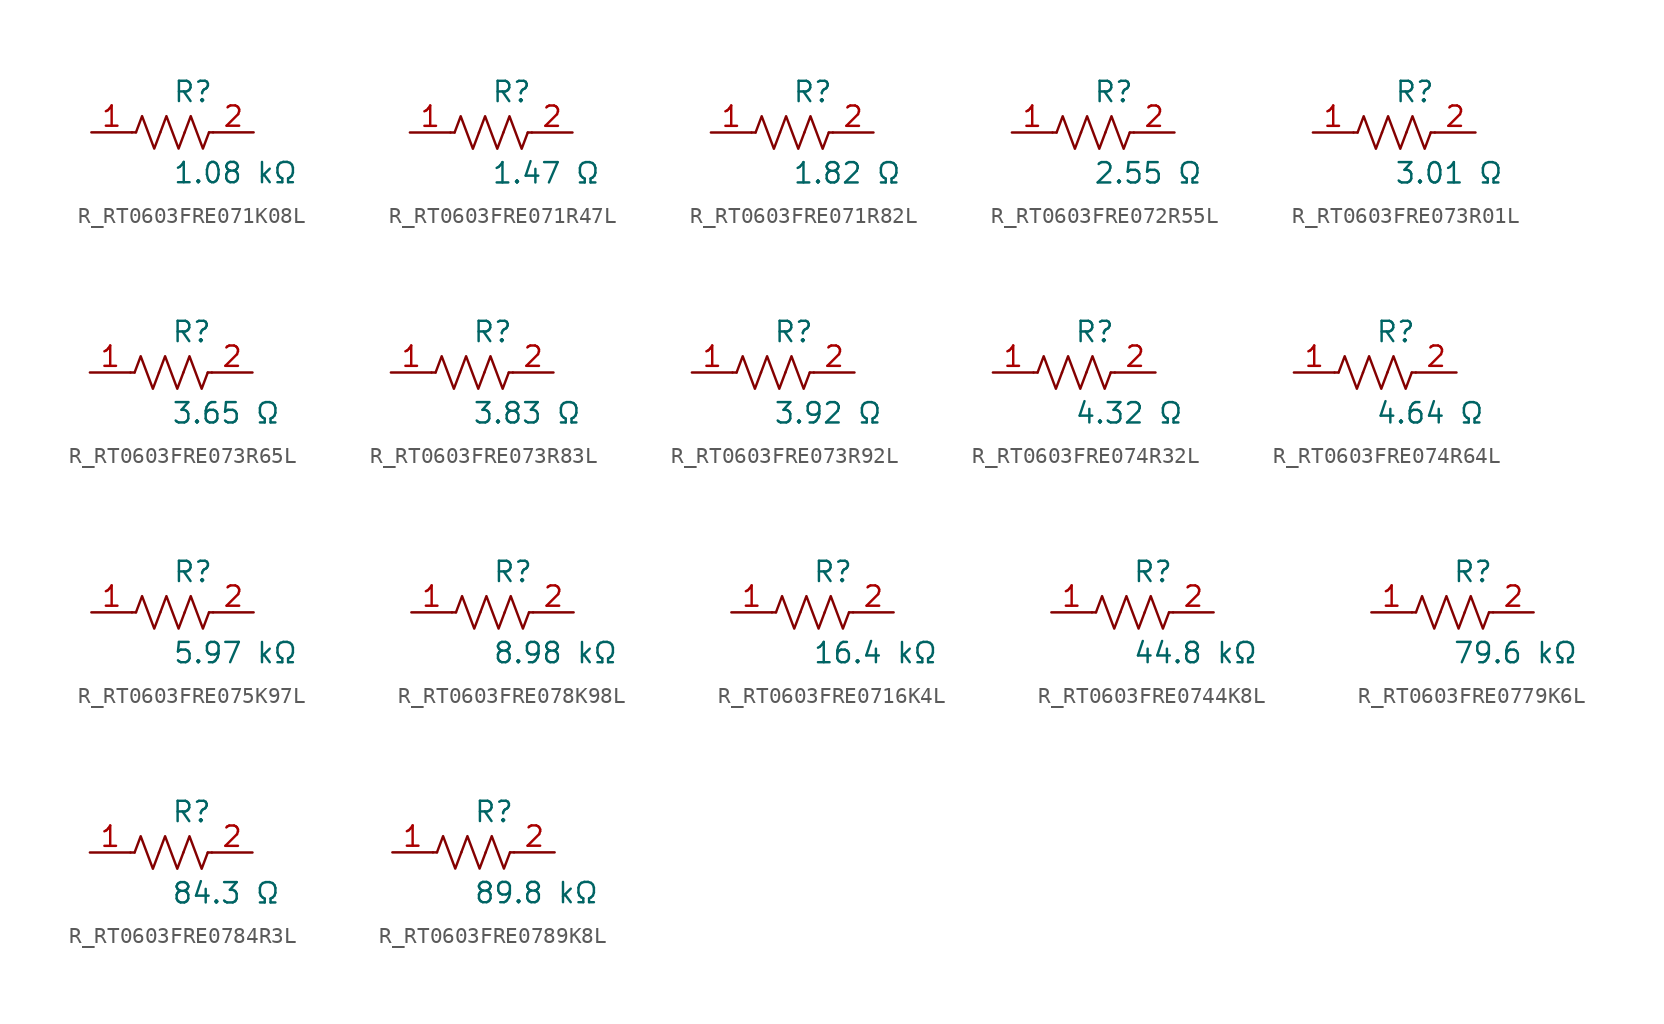
<source format=kicad_sym>
(kicad_symbol_lib
  (version 20231120)
  (generator kicad_symbol_editor)
  (generator_version 8.0)
  (symbol "R_RT0603FRE071K08L"
    (pin_names
      (offset 0.254))
    (property "Reference" "R"
      (at 0.0 2.54 0)
      (effects (font (size 1.27 1.27)) (justify left)))
    (property "Value" "1.08 kΩ"
      (at 0.0 -2.54 0)
      (effects (font (size 1.27 1.27)) (justify left)))
    (symbol "R_RT0603FRE071K08L_0_1"
      (polyline (pts (xy 2.286 0) (xy 2.54 0)) (stroke (width 0) (type default)) (fill (type none)))
      (polyline (pts (xy -2.286 0) (xy -2.54 0)) (stroke (width 0) (type default)) (fill (type none)))
      (polyline (pts (xy 0.762 0) (xy 1.143 1.016) (xy 1.524 0) (xy 1.905 -1.016) (xy 2.286 0)) (stroke (width 0) (type default)) (fill (type none)))
      (polyline (pts (xy -0.762 0) (xy -0.381 1.016) (xy 0 0) (xy 0.381 -1.016) (xy 0.762 0)) (stroke (width 0) (type default)) (fill (type none)))
      (polyline (pts (xy -2.286 0) (xy -1.905 1.016) (xy -1.524 0) (xy -1.143 -1.016) (xy -0.762 0)) (stroke (width 0) (type default)) (fill (type none))))
    (pin unspecified line
      (at -5.08 0 0)
      (length 2.54)
      (name "" (effects (font (size 1.27 1.27))))
      (number "1" (effects (font (size 1.27 1.27)))))
    (pin unspecified line
      (at 5.08 0 180)
      (length 2.54)
      (name "" (effects (font (size 1.27 1.27))))
      (number "2" (effects (font (size 1.27 1.27))))))
  (symbol "R_RT0603FRE071R47L"
    (pin_names
      (offset 0.254))
    (property "Reference" "R"
      (at 0.0 2.54 0)
      (effects (font (size 1.27 1.27)) (justify left)))
    (property "Value" "1.47 Ω"
      (at 0.0 -2.54 0)
      (effects (font (size 1.27 1.27)) (justify left)))
    (symbol "R_RT0603FRE071R47L_0_1"
      (polyline (pts (xy 2.286 0) (xy 2.54 0)) (stroke (width 0) (type default)) (fill (type none)))
      (polyline (pts (xy -2.286 0) (xy -2.54 0)) (stroke (width 0) (type default)) (fill (type none)))
      (polyline (pts (xy 0.762 0) (xy 1.143 1.016) (xy 1.524 0) (xy 1.905 -1.016) (xy 2.286 0)) (stroke (width 0) (type default)) (fill (type none)))
      (polyline (pts (xy -0.762 0) (xy -0.381 1.016) (xy 0 0) (xy 0.381 -1.016) (xy 0.762 0)) (stroke (width 0) (type default)) (fill (type none)))
      (polyline (pts (xy -2.286 0) (xy -1.905 1.016) (xy -1.524 0) (xy -1.143 -1.016) (xy -0.762 0)) (stroke (width 0) (type default)) (fill (type none))))
    (pin unspecified line
      (at -5.08 0 0)
      (length 2.54)
      (name "" (effects (font (size 1.27 1.27))))
      (number "1" (effects (font (size 1.27 1.27)))))
    (pin unspecified line
      (at 5.08 0 180)
      (length 2.54)
      (name "" (effects (font (size 1.27 1.27))))
      (number "2" (effects (font (size 1.27 1.27))))))
  (symbol "R_RT0603FRE071R82L"
    (pin_names
      (offset 0.254))
    (property "Reference" "R"
      (at 0.0 2.54 0)
      (effects (font (size 1.27 1.27)) (justify left)))
    (property "Value" "1.82 Ω"
      (at 0.0 -2.54 0)
      (effects (font (size 1.27 1.27)) (justify left)))
    (symbol "R_RT0603FRE071R82L_0_1"
      (polyline (pts (xy 2.286 0) (xy 2.54 0)) (stroke (width 0) (type default)) (fill (type none)))
      (polyline (pts (xy -2.286 0) (xy -2.54 0)) (stroke (width 0) (type default)) (fill (type none)))
      (polyline (pts (xy 0.762 0) (xy 1.143 1.016) (xy 1.524 0) (xy 1.905 -1.016) (xy 2.286 0)) (stroke (width 0) (type default)) (fill (type none)))
      (polyline (pts (xy -0.762 0) (xy -0.381 1.016) (xy 0 0) (xy 0.381 -1.016) (xy 0.762 0)) (stroke (width 0) (type default)) (fill (type none)))
      (polyline (pts (xy -2.286 0) (xy -1.905 1.016) (xy -1.524 0) (xy -1.143 -1.016) (xy -0.762 0)) (stroke (width 0) (type default)) (fill (type none))))
    (pin unspecified line
      (at -5.08 0 0)
      (length 2.54)
      (name "" (effects (font (size 1.27 1.27))))
      (number "1" (effects (font (size 1.27 1.27)))))
    (pin unspecified line
      (at 5.08 0 180)
      (length 2.54)
      (name "" (effects (font (size 1.27 1.27))))
      (number "2" (effects (font (size 1.27 1.27))))))
  (symbol "R_RT0603FRE072R55L"
    (pin_names
      (offset 0.254))
    (property "Reference" "R"
      (at 0.0 2.54 0)
      (effects (font (size 1.27 1.27)) (justify left)))
    (property "Value" "2.55 Ω"
      (at 0.0 -2.54 0)
      (effects (font (size 1.27 1.27)) (justify left)))
    (symbol "R_RT0603FRE072R55L_0_1"
      (polyline (pts (xy 2.286 0) (xy 2.54 0)) (stroke (width 0) (type default)) (fill (type none)))
      (polyline (pts (xy -2.286 0) (xy -2.54 0)) (stroke (width 0) (type default)) (fill (type none)))
      (polyline (pts (xy 0.762 0) (xy 1.143 1.016) (xy 1.524 0) (xy 1.905 -1.016) (xy 2.286 0)) (stroke (width 0) (type default)) (fill (type none)))
      (polyline (pts (xy -0.762 0) (xy -0.381 1.016) (xy 0 0) (xy 0.381 -1.016) (xy 0.762 0)) (stroke (width 0) (type default)) (fill (type none)))
      (polyline (pts (xy -2.286 0) (xy -1.905 1.016) (xy -1.524 0) (xy -1.143 -1.016) (xy -0.762 0)) (stroke (width 0) (type default)) (fill (type none))))
    (pin unspecified line
      (at -5.08 0 0)
      (length 2.54)
      (name "" (effects (font (size 1.27 1.27))))
      (number "1" (effects (font (size 1.27 1.27)))))
    (pin unspecified line
      (at 5.08 0 180)
      (length 2.54)
      (name "" (effects (font (size 1.27 1.27))))
      (number "2" (effects (font (size 1.27 1.27))))))
  (symbol "R_RT0603FRE073R01L"
    (pin_names
      (offset 0.254))
    (property "Reference" "R"
      (at 0.0 2.54 0)
      (effects (font (size 1.27 1.27)) (justify left)))
    (property "Value" "3.01 Ω"
      (at 0.0 -2.54 0)
      (effects (font (size 1.27 1.27)) (justify left)))
    (symbol "R_RT0603FRE073R01L_0_1"
      (polyline (pts (xy 2.286 0) (xy 2.54 0)) (stroke (width 0) (type default)) (fill (type none)))
      (polyline (pts (xy -2.286 0) (xy -2.54 0)) (stroke (width 0) (type default)) (fill (type none)))
      (polyline (pts (xy 0.762 0) (xy 1.143 1.016) (xy 1.524 0) (xy 1.905 -1.016) (xy 2.286 0)) (stroke (width 0) (type default)) (fill (type none)))
      (polyline (pts (xy -0.762 0) (xy -0.381 1.016) (xy 0 0) (xy 0.381 -1.016) (xy 0.762 0)) (stroke (width 0) (type default)) (fill (type none)))
      (polyline (pts (xy -2.286 0) (xy -1.905 1.016) (xy -1.524 0) (xy -1.143 -1.016) (xy -0.762 0)) (stroke (width 0) (type default)) (fill (type none))))
    (pin unspecified line
      (at -5.08 0 0)
      (length 2.54)
      (name "" (effects (font (size 1.27 1.27))))
      (number "1" (effects (font (size 1.27 1.27)))))
    (pin unspecified line
      (at 5.08 0 180)
      (length 2.54)
      (name "" (effects (font (size 1.27 1.27))))
      (number "2" (effects (font (size 1.27 1.27))))))
  (symbol "R_RT0603FRE073R65L"
    (pin_names
      (offset 0.254))
    (property "Reference" "R"
      (at 0.0 2.54 0)
      (effects (font (size 1.27 1.27)) (justify left)))
    (property "Value" "3.65 Ω"
      (at 0.0 -2.54 0)
      (effects (font (size 1.27 1.27)) (justify left)))
    (symbol "R_RT0603FRE073R65L_0_1"
      (polyline (pts (xy 2.286 0) (xy 2.54 0)) (stroke (width 0) (type default)) (fill (type none)))
      (polyline (pts (xy -2.286 0) (xy -2.54 0)) (stroke (width 0) (type default)) (fill (type none)))
      (polyline (pts (xy 0.762 0) (xy 1.143 1.016) (xy 1.524 0) (xy 1.905 -1.016) (xy 2.286 0)) (stroke (width 0) (type default)) (fill (type none)))
      (polyline (pts (xy -0.762 0) (xy -0.381 1.016) (xy 0 0) (xy 0.381 -1.016) (xy 0.762 0)) (stroke (width 0) (type default)) (fill (type none)))
      (polyline (pts (xy -2.286 0) (xy -1.905 1.016) (xy -1.524 0) (xy -1.143 -1.016) (xy -0.762 0)) (stroke (width 0) (type default)) (fill (type none))))
    (pin unspecified line
      (at -5.08 0 0)
      (length 2.54)
      (name "" (effects (font (size 1.27 1.27))))
      (number "1" (effects (font (size 1.27 1.27)))))
    (pin unspecified line
      (at 5.08 0 180)
      (length 2.54)
      (name "" (effects (font (size 1.27 1.27))))
      (number "2" (effects (font (size 1.27 1.27))))))
  (symbol "R_RT0603FRE073R83L"
    (pin_names
      (offset 0.254))
    (property "Reference" "R"
      (at 0.0 2.54 0)
      (effects (font (size 1.27 1.27)) (justify left)))
    (property "Value" "3.83 Ω"
      (at 0.0 -2.54 0)
      (effects (font (size 1.27 1.27)) (justify left)))
    (symbol "R_RT0603FRE073R83L_0_1"
      (polyline (pts (xy 2.286 0) (xy 2.54 0)) (stroke (width 0) (type default)) (fill (type none)))
      (polyline (pts (xy -2.286 0) (xy -2.54 0)) (stroke (width 0) (type default)) (fill (type none)))
      (polyline (pts (xy 0.762 0) (xy 1.143 1.016) (xy 1.524 0) (xy 1.905 -1.016) (xy 2.286 0)) (stroke (width 0) (type default)) (fill (type none)))
      (polyline (pts (xy -0.762 0) (xy -0.381 1.016) (xy 0 0) (xy 0.381 -1.016) (xy 0.762 0)) (stroke (width 0) (type default)) (fill (type none)))
      (polyline (pts (xy -2.286 0) (xy -1.905 1.016) (xy -1.524 0) (xy -1.143 -1.016) (xy -0.762 0)) (stroke (width 0) (type default)) (fill (type none))))
    (pin unspecified line
      (at -5.08 0 0)
      (length 2.54)
      (name "" (effects (font (size 1.27 1.27))))
      (number "1" (effects (font (size 1.27 1.27)))))
    (pin unspecified line
      (at 5.08 0 180)
      (length 2.54)
      (name "" (effects (font (size 1.27 1.27))))
      (number "2" (effects (font (size 1.27 1.27))))))
  (symbol "R_RT0603FRE073R92L"
    (pin_names
      (offset 0.254))
    (property "Reference" "R"
      (at 0.0 2.54 0)
      (effects (font (size 1.27 1.27)) (justify left)))
    (property "Value" "3.92 Ω"
      (at 0.0 -2.54 0)
      (effects (font (size 1.27 1.27)) (justify left)))
    (symbol "R_RT0603FRE073R92L_0_1"
      (polyline (pts (xy 2.286 0) (xy 2.54 0)) (stroke (width 0) (type default)) (fill (type none)))
      (polyline (pts (xy -2.286 0) (xy -2.54 0)) (stroke (width 0) (type default)) (fill (type none)))
      (polyline (pts (xy 0.762 0) (xy 1.143 1.016) (xy 1.524 0) (xy 1.905 -1.016) (xy 2.286 0)) (stroke (width 0) (type default)) (fill (type none)))
      (polyline (pts (xy -0.762 0) (xy -0.381 1.016) (xy 0 0) (xy 0.381 -1.016) (xy 0.762 0)) (stroke (width 0) (type default)) (fill (type none)))
      (polyline (pts (xy -2.286 0) (xy -1.905 1.016) (xy -1.524 0) (xy -1.143 -1.016) (xy -0.762 0)) (stroke (width 0) (type default)) (fill (type none))))
    (pin unspecified line
      (at -5.08 0 0)
      (length 2.54)
      (name "" (effects (font (size 1.27 1.27))))
      (number "1" (effects (font (size 1.27 1.27)))))
    (pin unspecified line
      (at 5.08 0 180)
      (length 2.54)
      (name "" (effects (font (size 1.27 1.27))))
      (number "2" (effects (font (size 1.27 1.27))))))
  (symbol "R_RT0603FRE074R32L"
    (pin_names
      (offset 0.254))
    (property "Reference" "R"
      (at 0.0 2.54 0)
      (effects (font (size 1.27 1.27)) (justify left)))
    (property "Value" "4.32 Ω"
      (at 0.0 -2.54 0)
      (effects (font (size 1.27 1.27)) (justify left)))
    (symbol "R_RT0603FRE074R32L_0_1"
      (polyline (pts (xy 2.286 0) (xy 2.54 0)) (stroke (width 0) (type default)) (fill (type none)))
      (polyline (pts (xy -2.286 0) (xy -2.54 0)) (stroke (width 0) (type default)) (fill (type none)))
      (polyline (pts (xy 0.762 0) (xy 1.143 1.016) (xy 1.524 0) (xy 1.905 -1.016) (xy 2.286 0)) (stroke (width 0) (type default)) (fill (type none)))
      (polyline (pts (xy -0.762 0) (xy -0.381 1.016) (xy 0 0) (xy 0.381 -1.016) (xy 0.762 0)) (stroke (width 0) (type default)) (fill (type none)))
      (polyline (pts (xy -2.286 0) (xy -1.905 1.016) (xy -1.524 0) (xy -1.143 -1.016) (xy -0.762 0)) (stroke (width 0) (type default)) (fill (type none))))
    (pin unspecified line
      (at -5.08 0 0)
      (length 2.54)
      (name "" (effects (font (size 1.27 1.27))))
      (number "1" (effects (font (size 1.27 1.27)))))
    (pin unspecified line
      (at 5.08 0 180)
      (length 2.54)
      (name "" (effects (font (size 1.27 1.27))))
      (number "2" (effects (font (size 1.27 1.27))))))
  (symbol "R_RT0603FRE074R64L"
    (pin_names
      (offset 0.254))
    (property "Reference" "R"
      (at 0.0 2.54 0)
      (effects (font (size 1.27 1.27)) (justify left)))
    (property "Value" "4.64 Ω"
      (at 0.0 -2.54 0)
      (effects (font (size 1.27 1.27)) (justify left)))
    (symbol "R_RT0603FRE074R64L_0_1"
      (polyline (pts (xy 2.286 0) (xy 2.54 0)) (stroke (width 0) (type default)) (fill (type none)))
      (polyline (pts (xy -2.286 0) (xy -2.54 0)) (stroke (width 0) (type default)) (fill (type none)))
      (polyline (pts (xy 0.762 0) (xy 1.143 1.016) (xy 1.524 0) (xy 1.905 -1.016) (xy 2.286 0)) (stroke (width 0) (type default)) (fill (type none)))
      (polyline (pts (xy -0.762 0) (xy -0.381 1.016) (xy 0 0) (xy 0.381 -1.016) (xy 0.762 0)) (stroke (width 0) (type default)) (fill (type none)))
      (polyline (pts (xy -2.286 0) (xy -1.905 1.016) (xy -1.524 0) (xy -1.143 -1.016) (xy -0.762 0)) (stroke (width 0) (type default)) (fill (type none))))
    (pin unspecified line
      (at -5.08 0 0)
      (length 2.54)
      (name "" (effects (font (size 1.27 1.27))))
      (number "1" (effects (font (size 1.27 1.27)))))
    (pin unspecified line
      (at 5.08 0 180)
      (length 2.54)
      (name "" (effects (font (size 1.27 1.27))))
      (number "2" (effects (font (size 1.27 1.27))))))
  (symbol "R_RT0603FRE075K97L"
    (pin_names
      (offset 0.254))
    (property "Reference" "R"
      (at 0.0 2.54 0)
      (effects (font (size 1.27 1.27)) (justify left)))
    (property "Value" "5.97 kΩ"
      (at 0.0 -2.54 0)
      (effects (font (size 1.27 1.27)) (justify left)))
    (symbol "R_RT0603FRE075K97L_0_1"
      (polyline (pts (xy 2.286 0) (xy 2.54 0)) (stroke (width 0) (type default)) (fill (type none)))
      (polyline (pts (xy -2.286 0) (xy -2.54 0)) (stroke (width 0) (type default)) (fill (type none)))
      (polyline (pts (xy 0.762 0) (xy 1.143 1.016) (xy 1.524 0) (xy 1.905 -1.016) (xy 2.286 0)) (stroke (width 0) (type default)) (fill (type none)))
      (polyline (pts (xy -0.762 0) (xy -0.381 1.016) (xy 0 0) (xy 0.381 -1.016) (xy 0.762 0)) (stroke (width 0) (type default)) (fill (type none)))
      (polyline (pts (xy -2.286 0) (xy -1.905 1.016) (xy -1.524 0) (xy -1.143 -1.016) (xy -0.762 0)) (stroke (width 0) (type default)) (fill (type none))))
    (pin unspecified line
      (at -5.08 0 0)
      (length 2.54)
      (name "" (effects (font (size 1.27 1.27))))
      (number "1" (effects (font (size 1.27 1.27)))))
    (pin unspecified line
      (at 5.08 0 180)
      (length 2.54)
      (name "" (effects (font (size 1.27 1.27))))
      (number "2" (effects (font (size 1.27 1.27))))))
  (symbol "R_RT0603FRE078K98L"
    (pin_names
      (offset 0.254))
    (property "Reference" "R"
      (at 0.0 2.54 0)
      (effects (font (size 1.27 1.27)) (justify left)))
    (property "Value" "8.98 kΩ"
      (at 0.0 -2.54 0)
      (effects (font (size 1.27 1.27)) (justify left)))
    (symbol "R_RT0603FRE078K98L_0_1"
      (polyline (pts (xy 2.286 0) (xy 2.54 0)) (stroke (width 0) (type default)) (fill (type none)))
      (polyline (pts (xy -2.286 0) (xy -2.54 0)) (stroke (width 0) (type default)) (fill (type none)))
      (polyline (pts (xy 0.762 0) (xy 1.143 1.016) (xy 1.524 0) (xy 1.905 -1.016) (xy 2.286 0)) (stroke (width 0) (type default)) (fill (type none)))
      (polyline (pts (xy -0.762 0) (xy -0.381 1.016) (xy 0 0) (xy 0.381 -1.016) (xy 0.762 0)) (stroke (width 0) (type default)) (fill (type none)))
      (polyline (pts (xy -2.286 0) (xy -1.905 1.016) (xy -1.524 0) (xy -1.143 -1.016) (xy -0.762 0)) (stroke (width 0) (type default)) (fill (type none))))
    (pin unspecified line
      (at -5.08 0 0)
      (length 2.54)
      (name "" (effects (font (size 1.27 1.27))))
      (number "1" (effects (font (size 1.27 1.27)))))
    (pin unspecified line
      (at 5.08 0 180)
      (length 2.54)
      (name "" (effects (font (size 1.27 1.27))))
      (number "2" (effects (font (size 1.27 1.27))))))
  (symbol "R_RT0603FRE0716K4L"
    (pin_names
      (offset 0.254))
    (property "Reference" "R"
      (at 0.0 2.54 0)
      (effects (font (size 1.27 1.27)) (justify left)))
    (property "Value" "16.4 kΩ"
      (at 0.0 -2.54 0)
      (effects (font (size 1.27 1.27)) (justify left)))
    (symbol "R_RT0603FRE0716K4L_0_1"
      (polyline (pts (xy 2.286 0) (xy 2.54 0)) (stroke (width 0) (type default)) (fill (type none)))
      (polyline (pts (xy -2.286 0) (xy -2.54 0)) (stroke (width 0) (type default)) (fill (type none)))
      (polyline (pts (xy 0.762 0) (xy 1.143 1.016) (xy 1.524 0) (xy 1.905 -1.016) (xy 2.286 0)) (stroke (width 0) (type default)) (fill (type none)))
      (polyline (pts (xy -0.762 0) (xy -0.381 1.016) (xy 0 0) (xy 0.381 -1.016) (xy 0.762 0)) (stroke (width 0) (type default)) (fill (type none)))
      (polyline (pts (xy -2.286 0) (xy -1.905 1.016) (xy -1.524 0) (xy -1.143 -1.016) (xy -0.762 0)) (stroke (width 0) (type default)) (fill (type none))))
    (pin unspecified line
      (at -5.08 0 0)
      (length 2.54)
      (name "" (effects (font (size 1.27 1.27))))
      (number "1" (effects (font (size 1.27 1.27)))))
    (pin unspecified line
      (at 5.08 0 180)
      (length 2.54)
      (name "" (effects (font (size 1.27 1.27))))
      (number "2" (effects (font (size 1.27 1.27))))))
  (symbol "R_RT0603FRE0744K8L"
    (pin_names
      (offset 0.254))
    (property "Reference" "R"
      (at 0.0 2.54 0)
      (effects (font (size 1.27 1.27)) (justify left)))
    (property "Value" "44.8 kΩ"
      (at 0.0 -2.54 0)
      (effects (font (size 1.27 1.27)) (justify left)))
    (symbol "R_RT0603FRE0744K8L_0_1"
      (polyline (pts (xy 2.286 0) (xy 2.54 0)) (stroke (width 0) (type default)) (fill (type none)))
      (polyline (pts (xy -2.286 0) (xy -2.54 0)) (stroke (width 0) (type default)) (fill (type none)))
      (polyline (pts (xy 0.762 0) (xy 1.143 1.016) (xy 1.524 0) (xy 1.905 -1.016) (xy 2.286 0)) (stroke (width 0) (type default)) (fill (type none)))
      (polyline (pts (xy -0.762 0) (xy -0.381 1.016) (xy 0 0) (xy 0.381 -1.016) (xy 0.762 0)) (stroke (width 0) (type default)) (fill (type none)))
      (polyline (pts (xy -2.286 0) (xy -1.905 1.016) (xy -1.524 0) (xy -1.143 -1.016) (xy -0.762 0)) (stroke (width 0) (type default)) (fill (type none))))
    (pin unspecified line
      (at -5.08 0 0)
      (length 2.54)
      (name "" (effects (font (size 1.27 1.27))))
      (number "1" (effects (font (size 1.27 1.27)))))
    (pin unspecified line
      (at 5.08 0 180)
      (length 2.54)
      (name "" (effects (font (size 1.27 1.27))))
      (number "2" (effects (font (size 1.27 1.27))))))
  (symbol "R_RT0603FRE0779K6L"
    (pin_names
      (offset 0.254))
    (property "Reference" "R"
      (at 0.0 2.54 0)
      (effects (font (size 1.27 1.27)) (justify left)))
    (property "Value" "79.6 kΩ"
      (at 0.0 -2.54 0)
      (effects (font (size 1.27 1.27)) (justify left)))
    (symbol "R_RT0603FRE0779K6L_0_1"
      (polyline (pts (xy 2.286 0) (xy 2.54 0)) (stroke (width 0) (type default)) (fill (type none)))
      (polyline (pts (xy -2.286 0) (xy -2.54 0)) (stroke (width 0) (type default)) (fill (type none)))
      (polyline (pts (xy 0.762 0) (xy 1.143 1.016) (xy 1.524 0) (xy 1.905 -1.016) (xy 2.286 0)) (stroke (width 0) (type default)) (fill (type none)))
      (polyline (pts (xy -0.762 0) (xy -0.381 1.016) (xy 0 0) (xy 0.381 -1.016) (xy 0.762 0)) (stroke (width 0) (type default)) (fill (type none)))
      (polyline (pts (xy -2.286 0) (xy -1.905 1.016) (xy -1.524 0) (xy -1.143 -1.016) (xy -0.762 0)) (stroke (width 0) (type default)) (fill (type none))))
    (pin unspecified line
      (at -5.08 0 0)
      (length 2.54)
      (name "" (effects (font (size 1.27 1.27))))
      (number "1" (effects (font (size 1.27 1.27)))))
    (pin unspecified line
      (at 5.08 0 180)
      (length 2.54)
      (name "" (effects (font (size 1.27 1.27))))
      (number "2" (effects (font (size 1.27 1.27))))))
  (symbol "R_RT0603FRE0784R3L"
    (pin_names
      (offset 0.254))
    (property "Reference" "R"
      (at 0.0 2.54 0)
      (effects (font (size 1.27 1.27)) (justify left)))
    (property "Value" "84.3 Ω"
      (at 0.0 -2.54 0)
      (effects (font (size 1.27 1.27)) (justify left)))
    (symbol "R_RT0603FRE0784R3L_0_1"
      (polyline (pts (xy 2.286 0) (xy 2.54 0)) (stroke (width 0) (type default)) (fill (type none)))
      (polyline (pts (xy -2.286 0) (xy -2.54 0)) (stroke (width 0) (type default)) (fill (type none)))
      (polyline (pts (xy 0.762 0) (xy 1.143 1.016) (xy 1.524 0) (xy 1.905 -1.016) (xy 2.286 0)) (stroke (width 0) (type default)) (fill (type none)))
      (polyline (pts (xy -0.762 0) (xy -0.381 1.016) (xy 0 0) (xy 0.381 -1.016) (xy 0.762 0)) (stroke (width 0) (type default)) (fill (type none)))
      (polyline (pts (xy -2.286 0) (xy -1.905 1.016) (xy -1.524 0) (xy -1.143 -1.016) (xy -0.762 0)) (stroke (width 0) (type default)) (fill (type none))))
    (pin unspecified line
      (at -5.08 0 0)
      (length 2.54)
      (name "" (effects (font (size 1.27 1.27))))
      (number "1" (effects (font (size 1.27 1.27)))))
    (pin unspecified line
      (at 5.08 0 180)
      (length 2.54)
      (name "" (effects (font (size 1.27 1.27))))
      (number "2" (effects (font (size 1.27 1.27))))))
  (symbol "R_RT0603FRE0789K8L"
    (pin_names
      (offset 0.254))
    (property "Reference" "R"
      (at 0.0 2.54 0)
      (effects (font (size 1.27 1.27)) (justify left)))
    (property "Value" "89.8 kΩ"
      (at 0.0 -2.54 0)
      (effects (font (size 1.27 1.27)) (justify left)))
    (symbol "R_RT0603FRE0789K8L_0_1"
      (polyline (pts (xy 2.286 0) (xy 2.54 0)) (stroke (width 0) (type default)) (fill (type none)))
      (polyline (pts (xy -2.286 0) (xy -2.54 0)) (stroke (width 0) (type default)) (fill (type none)))
      (polyline (pts (xy 0.762 0) (xy 1.143 1.016) (xy 1.524 0) (xy 1.905 -1.016) (xy 2.286 0)) (stroke (width 0) (type default)) (fill (type none)))
      (polyline (pts (xy -0.762 0) (xy -0.381 1.016) (xy 0 0) (xy 0.381 -1.016) (xy 0.762 0)) (stroke (width 0) (type default)) (fill (type none)))
      (polyline (pts (xy -2.286 0) (xy -1.905 1.016) (xy -1.524 0) (xy -1.143 -1.016) (xy -0.762 0)) (stroke (width 0) (type default)) (fill (type none))))
    (pin unspecified line
      (at -5.08 0 0)
      (length 2.54)
      (name "" (effects (font (size 1.27 1.27))))
      (number "1" (effects (font (size 1.27 1.27)))))
    (pin unspecified line
      (at 5.08 0 180)
      (length 2.54)
      (name "" (effects (font (size 1.27 1.27))))
      (number "2" (effects (font (size 1.27 1.27)))))))
</source>
